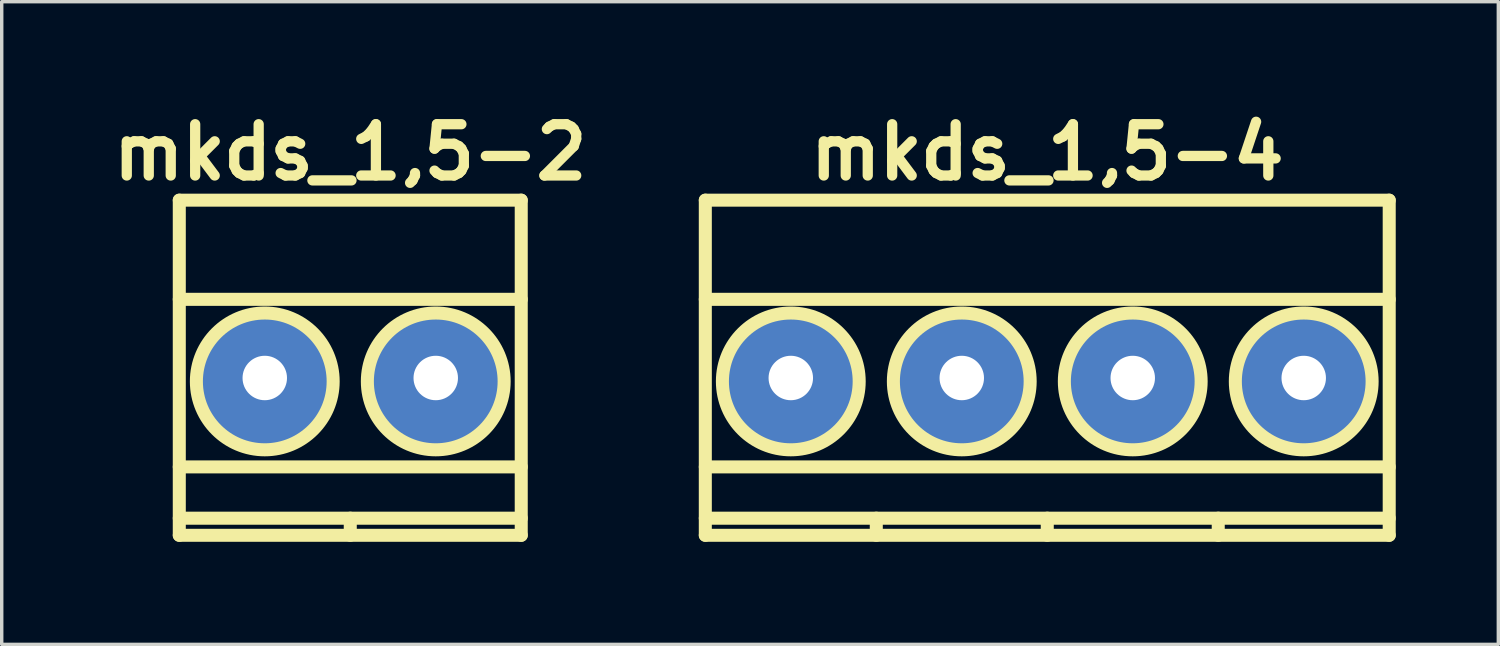
<source format=kicad_pcb>
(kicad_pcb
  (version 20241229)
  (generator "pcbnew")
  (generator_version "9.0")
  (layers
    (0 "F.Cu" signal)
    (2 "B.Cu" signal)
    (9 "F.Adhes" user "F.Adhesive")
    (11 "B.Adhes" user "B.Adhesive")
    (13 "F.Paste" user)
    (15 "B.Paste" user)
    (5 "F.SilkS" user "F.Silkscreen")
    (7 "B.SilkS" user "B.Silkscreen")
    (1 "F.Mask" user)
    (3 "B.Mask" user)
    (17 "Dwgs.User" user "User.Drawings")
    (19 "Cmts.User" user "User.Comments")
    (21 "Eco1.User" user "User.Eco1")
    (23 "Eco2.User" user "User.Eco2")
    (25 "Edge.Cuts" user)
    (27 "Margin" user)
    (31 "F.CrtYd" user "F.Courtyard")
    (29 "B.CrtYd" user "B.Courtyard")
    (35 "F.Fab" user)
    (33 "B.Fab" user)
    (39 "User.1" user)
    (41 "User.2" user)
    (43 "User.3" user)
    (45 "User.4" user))
  (footprint "mkds_1,5-4"
    (layer "F.Cu")
    (at 27.576 8.004)
    (property "Reference" "mkds_1,5-4" (at 0 -6.6 0) (layer "F.SilkS") (effects (font (size 1.5 1.5) (thickness 0.3))))
    (attr through_hole)
    (fp_line (start -10 -5.2) (end -10 4.6) (stroke (width 0.381) (type solid)) (layer "F.SilkS"))
    (fp_line (start -10 -2.3) (end 10 -2.3) (stroke (width 0.381) (type solid)) (layer "F.SilkS"))
    (fp_line (start -10 2.6) (end 10 2.6) (stroke (width 0.381) (type solid)) (layer "F.SilkS"))
    (fp_line (start -10 4.1) (end 10 4.1) (stroke (width 0.381) (type solid)) (layer "F.SilkS"))
    (fp_line (start -10 4.6) (end 10 4.6) (stroke (width 0.381) (type solid)) (layer "F.SilkS"))
    (fp_line (start -5 4.1) (end -5 4.6) (stroke (width 0.381) (type solid)) (layer "F.SilkS"))
    (fp_line (start 0 4.1) (end 0 4.6) (stroke (width 0.381) (type solid)) (layer "F.SilkS"))
    (fp_line (start 5 4.1) (end 5 4.6) (stroke (width 0.381) (type solid)) (layer "F.SilkS"))
    (fp_line (start 10 -5.2) (end -10 -5.2) (stroke (width 0.381) (type solid)) (layer "F.SilkS"))
    (fp_line (start 10 4.6) (end 10 -5.2) (stroke (width 0.381) (type solid)) (layer "F.SilkS"))
    (fp_circle (center -7.5 0.1) (end -5.5 0.1) (stroke (width 0.381) (type solid)) (fill no) (layer "F.SilkS"))
    (fp_circle (center -2.5 0.1) (end -4.5 0.1) (stroke (width 0.381) (type solid)) (fill no) (layer "F.SilkS"))
    (fp_circle (center 2.5 0.1) (end 0.5 0.1) (stroke (width 0.381) (type solid)) (fill no) (layer "F.SilkS"))
    (fp_circle (center 7.5 0.1) (end 5.5 0.1) (stroke (width 0.381) (type solid)) (fill no) (layer "F.SilkS"))
    (pad "1" thru_hole circle (at -7.5 0) (size 4 4) (drill 1.3) (layers "*.Cu" "*.Mask"))
    (pad "2" thru_hole circle (at -2.5 0) (size 4 4) (drill 1.3) (layers "*.Cu" "*.Mask"))
    (pad "3" thru_hole circle (at 2.5 0) (size 4 4) (drill 1.3) (layers "*.Cu" "*.Mask"))
    (pad "4" thru_hole circle (at 7.5 0) (size 4 4) (drill 1.3) (layers "*.Cu" "*.Mask")))
  (footprint "mkds_1,5-2"
    (layer "F.Cu")
    (at 7.193 8.004)
    (property "Reference" "mkds_1,5-2" (at 0 -6.6 0) (layer "F.SilkS") (effects (font (size 1.5 1.5) (thickness 0.3))))
    (attr through_hole)
    (fp_line (start -5 -5.2) (end -5 4.6) (stroke (width 0.381) (type solid)) (layer "F.SilkS"))
    (fp_line (start -5 -2.3) (end 5 -2.3) (stroke (width 0.381) (type solid)) (layer "F.SilkS"))
    (fp_line (start -5 2.6) (end 5 2.6) (stroke (width 0.381) (type solid)) (layer "F.SilkS"))
    (fp_line (start -5 4.1) (end 5 4.1) (stroke (width 0.381) (type solid)) (layer "F.SilkS"))
    (fp_line (start -5 4.6) (end 5 4.6) (stroke (width 0.381) (type solid)) (layer "F.SilkS"))
    (fp_line (start 0 4.1) (end 0 4.6) (stroke (width 0.381) (type solid)) (layer "F.SilkS"))
    (fp_line (start 5 -5.2) (end -5 -5.2) (stroke (width 0.381) (type solid)) (layer "F.SilkS"))
    (fp_line (start 5 4.6) (end 5 -5.2) (stroke (width 0.381) (type solid)) (layer "F.SilkS"))
    (fp_circle (center -2.5 0.1) (end -0.5 0.1) (stroke (width 0.381) (type solid)) (fill no) (layer "F.SilkS"))
    (fp_circle (center 2.5 0.1) (end 0.5 0.1) (stroke (width 0.381) (type solid)) (fill no) (layer "F.SilkS"))
    (pad "1" thru_hole circle (at -2.5 0) (size 4 4) (drill 1.3) (layers "*.Cu" "*.Mask"))
    (pad "2" thru_hole circle (at 2.5 0) (size 4 4) (drill 1.3) (layers "*.Cu" "*.Mask")))
  (gr_rect
    (start -3 -3)
    (end 40.767 15.794)
    (stroke (width 0.1) (type default))
    (fill no)
    (layer "Edge.Cuts")))
</source>
